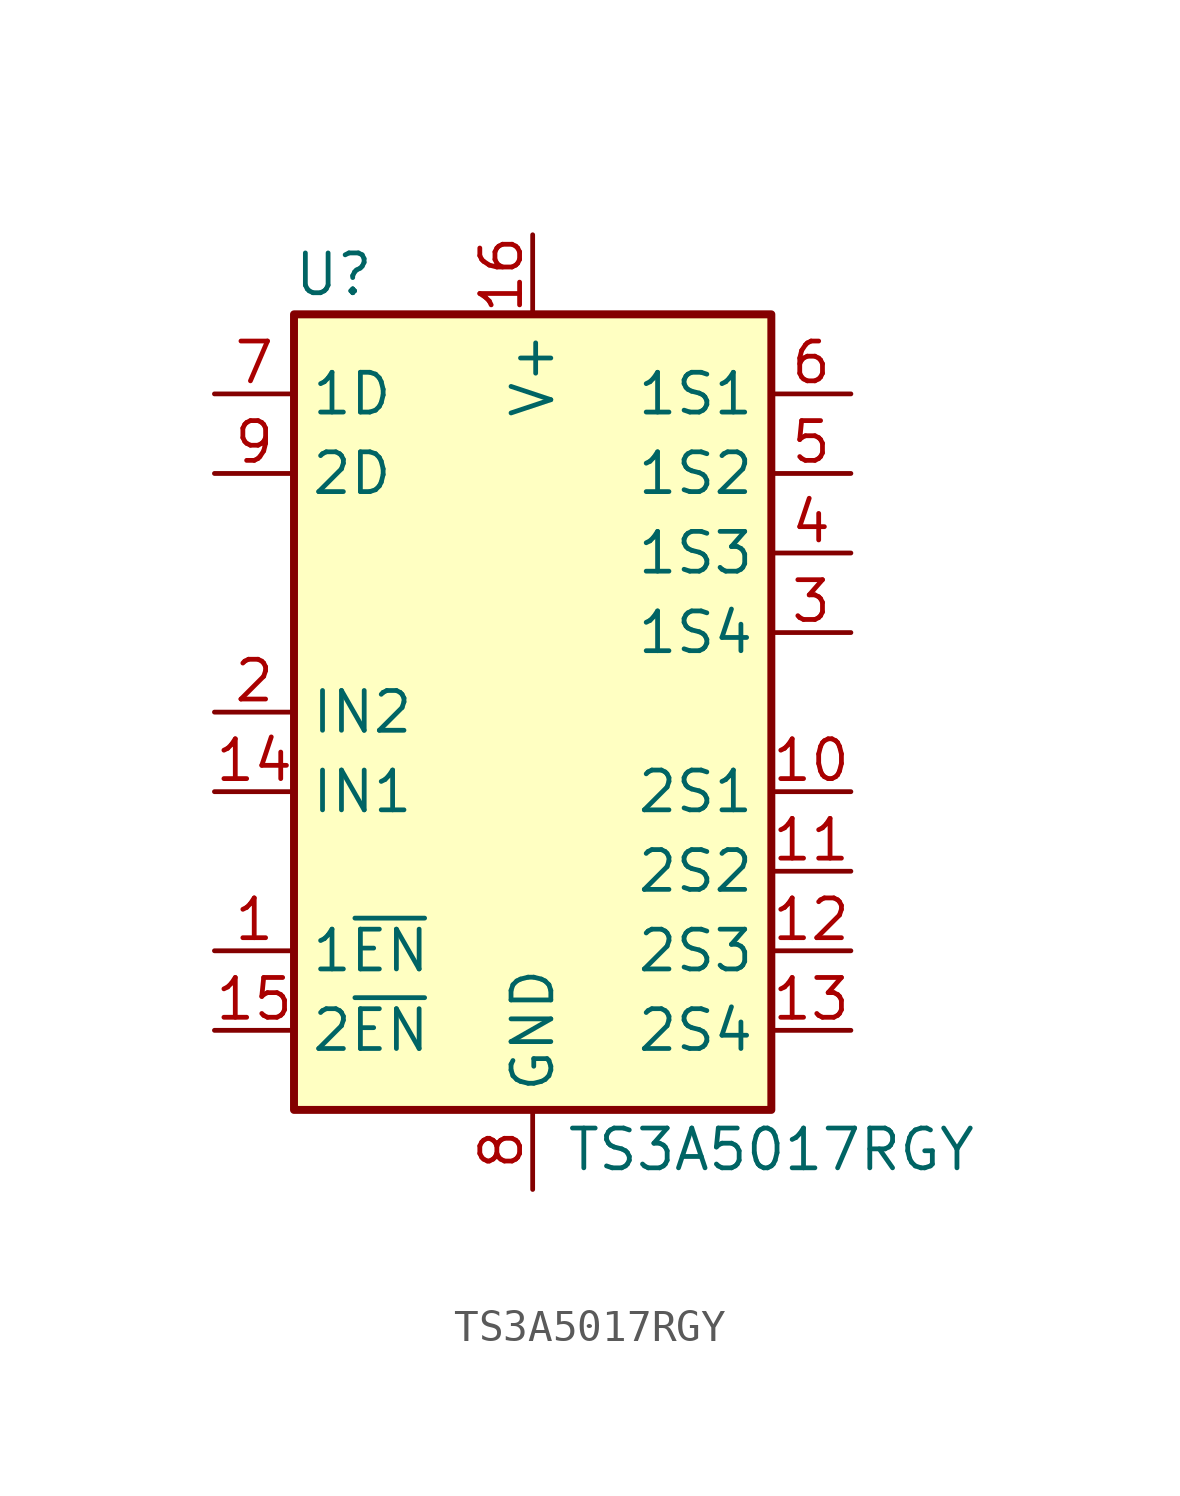
<source format=kicad_sym>
(kicad_symbol_lib
  (version 20211014)
  (generator kicad_symbol_editor)
  (symbol "TS3A5017RGY"
    (property "Reference" "U"
      (at -6.35 13.97 0)
      (effects (font (size 1.27 1.27))))
    (property "Value" "TS3A5017RGY"
      (at 7.62 -13.97 0)
      (effects (font (size 1.27 1.27))))
    (symbol "TS3A5017RGY_0_1"
      (rectangle (start -7.62 12.7) (end 7.62 -12.7) (stroke (width 0.254) (type default) (color 0 0 0 0)) (fill (type background))))
    (symbol "TS3A5017RGY_1_1"
      (pin input line (at -10.16 -7.62 0) (length 2.54) (name "1~{EN}" (effects (font (size 1.27 1.27)))) (number "1" (effects (font (size 1.27 1.27)))))
      (pin bidirectional line (at 10.16 -2.54 180) (length 2.54) (name "2S1" (effects (font (size 1.27 1.27)))) (number "10" (effects (font (size 1.27 1.27)))))
      (pin bidirectional line (at 10.16 -5.08 180) (length 2.54) (name "2S2" (effects (font (size 1.27 1.27)))) (number "11" (effects (font (size 1.27 1.27)))))
      (pin bidirectional line (at 10.16 -7.62 180) (length 2.54) (name "2S3" (effects (font (size 1.27 1.27)))) (number "12" (effects (font (size 1.27 1.27)))))
      (pin bidirectional line (at 10.16 -10.16 180) (length 2.54) (name "2S4" (effects (font (size 1.27 1.27)))) (number "13" (effects (font (size 1.27 1.27)))))
      (pin input line (at -10.16 -2.54 0) (length 2.54) (name "IN1" (effects (font (size 1.27 1.27)))) (number "14" (effects (font (size 1.27 1.27)))))
      (pin input line (at -10.16 -10.16 0) (length 2.54) (name "2~{EN}" (effects (font (size 1.27 1.27)))) (number "15" (effects (font (size 1.27 1.27)))))
      (pin power_in line (at 0 15.24 270) (length 2.54) (name "V+" (effects (font (size 1.27 1.27)))) (number "16" (effects (font (size 1.27 1.27)))))
      (pin passive line (at 0 -15.24 90) (length 2.54) hide (name "GND" (effects (font (size 1.27 1.27)))) (number "17" (effects (font (size 1.27 1.27)))))
      (pin input line (at -10.16 0 0) (length 2.54) (name "IN2" (effects (font (size 1.27 1.27)))) (number "2" (effects (font (size 1.27 1.27)))))
      (pin bidirectional line (at 10.16 2.54 180) (length 2.54) (name "1S4" (effects (font (size 1.27 1.27)))) (number "3" (effects (font (size 1.27 1.27)))))
      (pin bidirectional line (at 10.16 5.08 180) (length 2.54) (name "1S3" (effects (font (size 1.27 1.27)))) (number "4" (effects (font (size 1.27 1.27)))))
      (pin bidirectional line (at 10.16 7.62 180) (length 2.54) (name "1S2" (effects (font (size 1.27 1.27)))) (number "5" (effects (font (size 1.27 1.27)))))
      (pin bidirectional line (at 10.16 10.16 180) (length 2.54) (name "1S1" (effects (font (size 1.27 1.27)))) (number "6" (effects (font (size 1.27 1.27)))))
      (pin bidirectional line (at -10.16 10.16 0) (length 2.54) (name "1D" (effects (font (size 1.27 1.27)))) (number "7" (effects (font (size 1.27 1.27)))))
      (pin power_in line (at 0 -15.24 90) (length 2.54) (name "GND" (effects (font (size 1.27 1.27)))) (number "8" (effects (font (size 1.27 1.27)))))
      (pin bidirectional line (at -10.16 7.62 0) (length 2.54) (name "2D" (effects (font (size 1.27 1.27)))) (number "9" (effects (font (size 1.27 1.27))))))))
</source>
